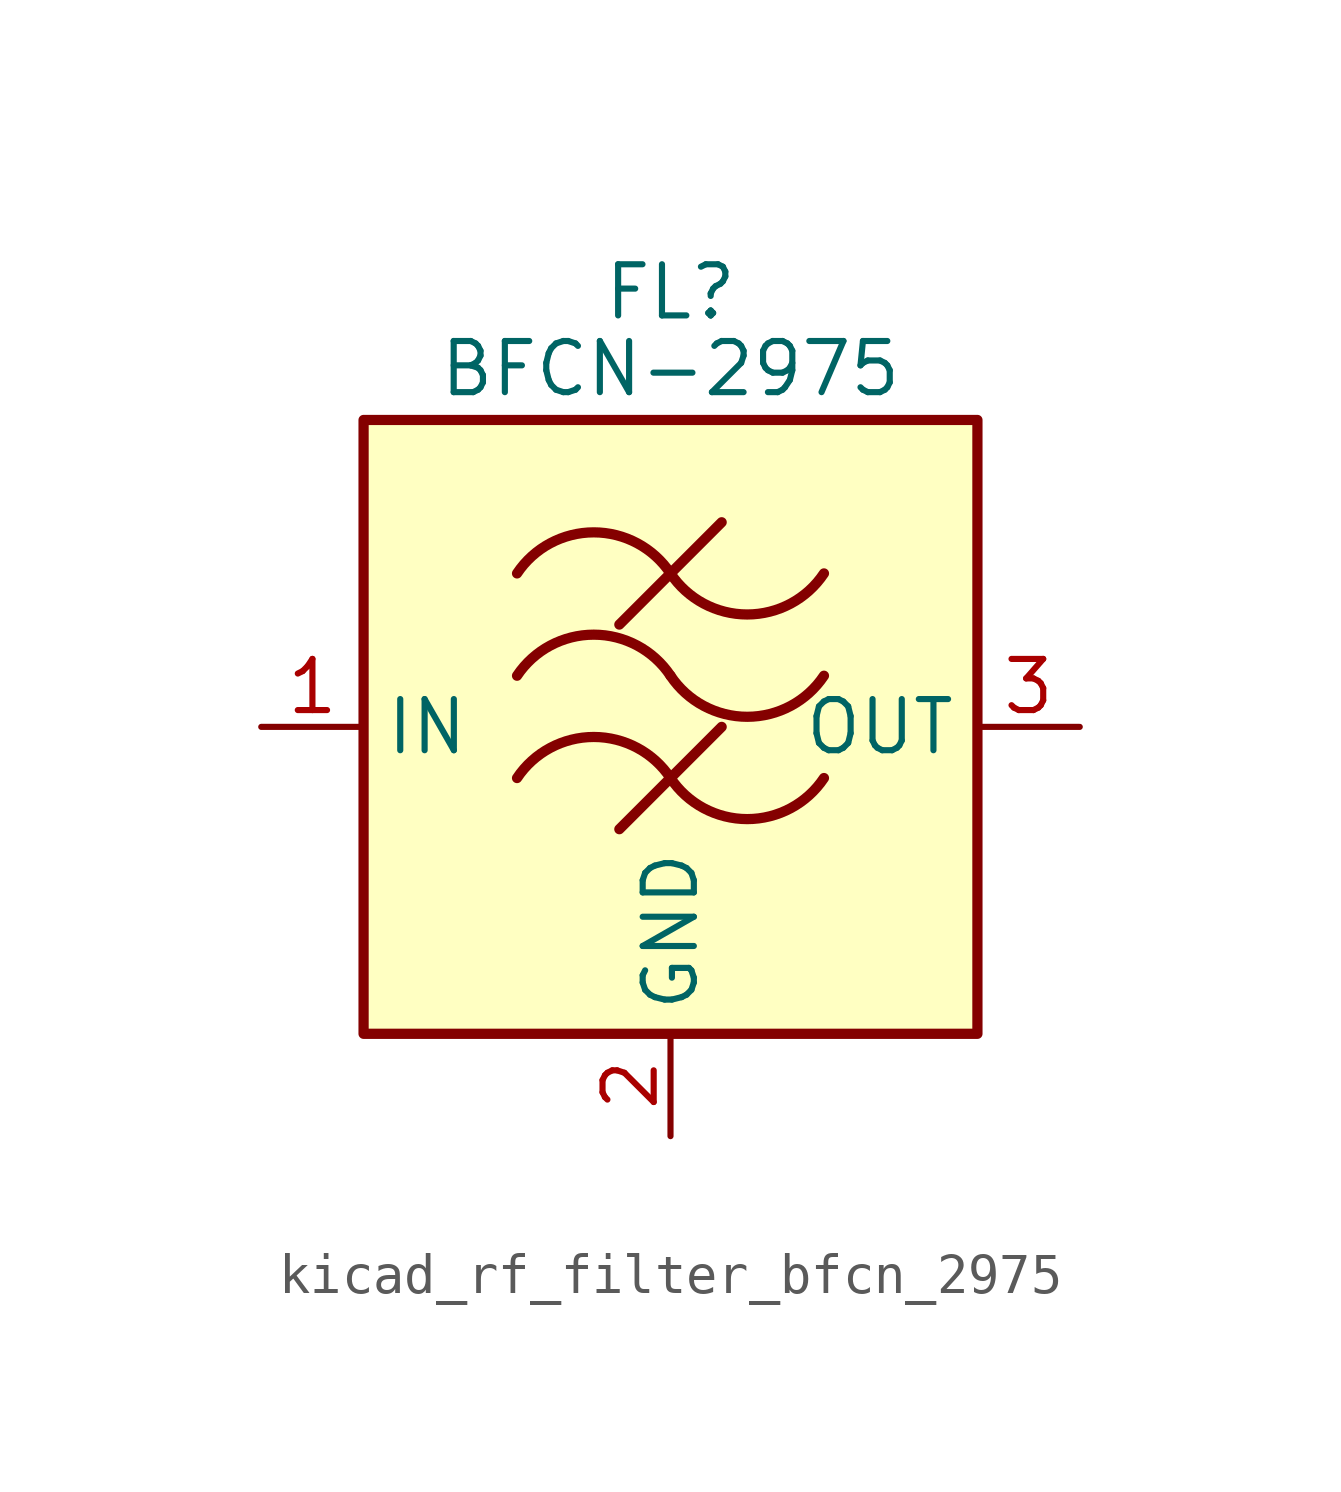
<source format=kicad_sym>
(kicad_symbol_lib
  (version 20220914)
  (generator kicad_symbol_editor)
  (symbol "kicad_rf_filter_bfcn_2975"
    (property "Reference" "FL"
      (at 0 10.795 0)
      (effects (font (size 1.27 1.27))))
    (property "Value" "BFCN-2975"
      (at 0 8.89 0)
      (effects (font (size 1.27 1.27))))
    (symbol "kicad_rf_filter_bfcn_2975_0_1"
      (rectangle (start -7.62 7.62) (end 7.62 -7.62) (stroke (width 0.254) (type default)) (fill (type background)))
      (arc (start 0 -1.27) (mid -1.905 -0.2505) (end -3.81 -1.27) (stroke (width 0.254) (type default)) (fill (type none)))
      (arc (start 0 -1.27) (mid 1.905 -2.2895) (end 3.81 -1.27) (stroke (width 0.254) (type default)) (fill (type none)))
      (polyline (pts (xy -1.27 -2.54) (xy 1.27 0)) (stroke (width 0.254) (type default)) (fill (type none)))
      (polyline (pts (xy -1.27 2.54) (xy 1.27 5.08)) (stroke (width 0.254) (type default)) (fill (type none)))
      (arc (start 0 1.27) (mid -1.905 2.2895) (end -3.81 1.27) (stroke (width 0.254) (type default)) (fill (type none)))
      (arc (start 0 1.27) (mid 1.905 0.2505) (end 3.81 1.27) (stroke (width 0.254) (type default)) (fill (type none)))
      (arc (start 0 3.81) (mid -1.905 4.8295) (end -3.81 3.81) (stroke (width 0.254) (type default)) (fill (type none)))
      (arc (start 0 3.81) (mid 1.905 2.7905) (end 3.81 3.81) (stroke (width 0.254) (type default)) (fill (type none))))
    (symbol "kicad_rf_filter_bfcn_2975_1_1"
      (pin passive line (at -10.16 0 0) (length 2.54) (name "IN" (effects (font (size 1.27 1.27)))) (number "1" (effects (font (size 1.27 1.27)))))
      (pin passive line (at 0 -10.16 90) (length 2.54) (name "GND" (effects (font (size 1.27 1.27)))) (number "2" (effects (font (size 1.27 1.27)))))
      (pin passive line (at 10.16 0 180) (length 2.54) (name "OUT" (effects (font (size 1.27 1.27)))) (number "3" (effects (font (size 1.27 1.27)))))
      (pin passive line (at 0 -10.16 90) (length 2.54) hide (name "GND" (effects (font (size 1.27 1.27)))) (number "4" (effects (font (size 1.27 1.27))))))))
</source>
